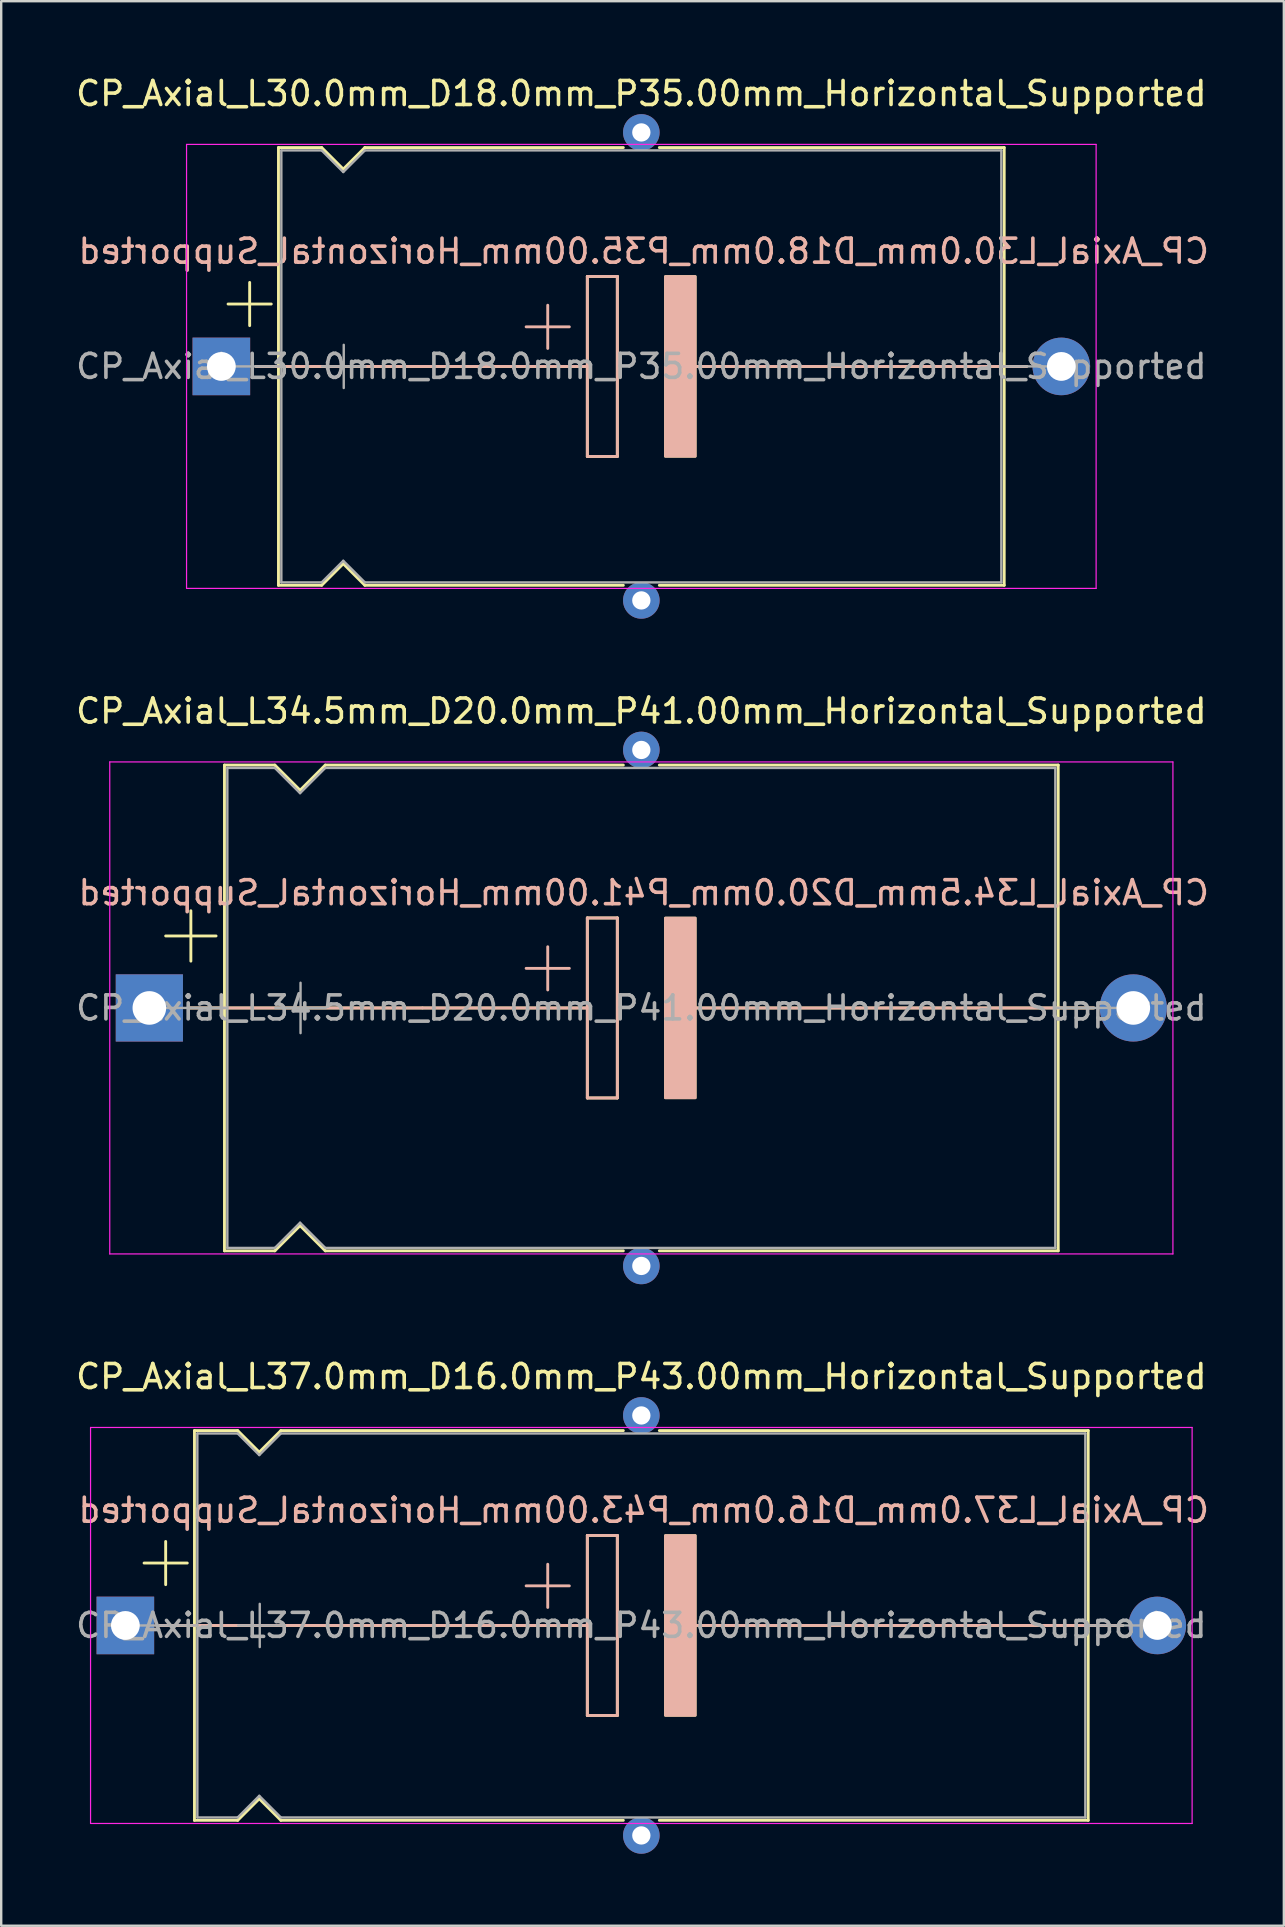
<source format=kicad_pcb>
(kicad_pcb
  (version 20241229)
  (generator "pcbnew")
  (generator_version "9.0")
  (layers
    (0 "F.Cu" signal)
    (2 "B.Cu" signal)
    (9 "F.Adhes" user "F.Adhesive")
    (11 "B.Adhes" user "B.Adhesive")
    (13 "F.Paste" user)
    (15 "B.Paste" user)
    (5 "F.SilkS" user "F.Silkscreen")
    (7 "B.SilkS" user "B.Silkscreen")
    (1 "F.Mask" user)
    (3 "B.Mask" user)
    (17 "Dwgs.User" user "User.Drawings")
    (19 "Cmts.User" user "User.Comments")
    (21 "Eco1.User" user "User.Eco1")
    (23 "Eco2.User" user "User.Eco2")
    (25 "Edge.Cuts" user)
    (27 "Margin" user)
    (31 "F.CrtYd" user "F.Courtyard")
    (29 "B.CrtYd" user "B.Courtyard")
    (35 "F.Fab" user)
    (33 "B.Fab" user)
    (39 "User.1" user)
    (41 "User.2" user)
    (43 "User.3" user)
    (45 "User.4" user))
  (footprint "CP_Axial_L30.0mm_D18.0mm_P35.00mm_Horizontal_Supported"
    (layer "F.Cu")
    (at 6.173 12.218)
    (property "Reference" "CP_Axial_L30.0mm_D18.0mm_P35.00mm_Horizontal_Supported" (at 17.5 -11.37 0) (layer "F.SilkS") (effects (font (size 1 1) (thickness 0.15))))
    (fp_line (start 0.28 -2.6) (end 2.08 -2.6) (stroke (width 0.12) (type solid)) (layer "F.SilkS"))
    (fp_line (start 1.18 -3.5) (end 1.18 -1.7) (stroke (width 0.12) (type solid)) (layer "F.SilkS"))
    (fp_line (start 1.44 0) (end 2.38 0) (stroke (width 0.12) (type solid)) (layer "F.SilkS"))
    (fp_line (start 2.38 -9.12) (end 2.38 9.12) (stroke (width 0.12) (type solid)) (layer "F.SilkS"))
    (fp_line (start 2.38 -9.12) (end 4.18 -9.12) (stroke (width 0.12) (type solid)) (layer "F.SilkS"))
    (fp_line (start 2.38 0) (end 15.25 0) (stroke (width 0.12) (type solid)) (layer "F.SilkS"))
    (fp_line (start 2.38 9.12) (end 4.18 9.12) (stroke (width 0.12) (type solid)) (layer "F.SilkS"))
    (fp_line (start 4.18 -9.12) (end 5.08 -8.22) (stroke (width 0.12) (type solid)) (layer "F.SilkS"))
    (fp_line (start 4.18 9.12) (end 5.08 8.22) (stroke (width 0.12) (type solid)) (layer "F.SilkS"))
    (fp_line (start 5.08 -8.22) (end 5.98 -9.12) (stroke (width 0.12) (type solid)) (layer "F.SilkS"))
    (fp_line (start 5.08 8.22) (end 5.98 9.12) (stroke (width 0.12) (type solid)) (layer "F.SilkS"))
    (fp_line (start 5.98 -9.12) (end 16.75 -9.12) (stroke (width 0.12) (type solid)) (layer "F.SilkS"))
    (fp_line (start 5.98 9.12) (end 16.75 9.12) (stroke (width 0.12) (type solid)) (layer "F.SilkS"))
    (fp_line (start 15.25 -3.75) (end 16.5 -3.75) (stroke (width 0.12) (type solid)) (layer "F.SilkS"))
    (fp_line (start 15.25 0) (end 15.25 -3.75) (stroke (width 0.12) (type solid)) (layer "F.SilkS"))
    (fp_line (start 15.25 3.75) (end 15.25 0) (stroke (width 0.12) (type solid)) (layer "F.SilkS"))
    (fp_line (start 16.5 -3.75) (end 16.5 3.75) (stroke (width 0.12) (type solid)) (layer "F.SilkS"))
    (fp_line (start 16.5 3.75) (end 15.25 3.75) (stroke (width 0.12) (type solid)) (layer "F.SilkS"))
    (fp_line (start 18.25 -9.12) (end 32.62 -9.12) (stroke (width 0.12) (type solid)) (layer "F.SilkS"))
    (fp_line (start 18.25 9.12) (end 32.62 9.12) (stroke (width 0.12) (type solid)) (layer "F.SilkS"))
    (fp_line (start 19.75 0) (end 32.62 0) (stroke (width 0.12) (type solid)) (layer "F.SilkS"))
    (fp_line (start 32.62 -9.12) (end 32.62 9.12) (stroke (width 0.12) (type solid)) (layer "F.SilkS"))
    (fp_line (start 33.56 0) (end 32.62 0) (stroke (width 0.12) (type solid)) (layer "F.SilkS"))
    (fp_poly (pts (xy 19.75 3.75) (xy 18.5 3.75) (xy 18.5 -3.75) (xy 19.75 -3.75)) (stroke (width 0.1) (type solid)) (fill yes) (layer "F.SilkS"))
    (fp_line (start 1.45 0) (end 8.38 0) (stroke (width 0.12) (type solid)) (layer "B.SilkS"))
    (fp_line (start 8.38 0) (end 15.25 0) (stroke (width 0.12) (type solid)) (layer "B.SilkS"))
    (fp_line (start 13.6 -2.55) (end 13.6 -0.75) (stroke (width 0.12) (type solid)) (layer "B.SilkS"))
    (fp_line (start 14.5 -1.65) (end 12.7 -1.65) (stroke (width 0.12) (type solid)) (layer "B.SilkS"))
    (fp_line (start 15.25 -3.75) (end 16.5 -3.75) (stroke (width 0.12) (type solid)) (layer "B.SilkS"))
    (fp_line (start 15.25 0) (end 15.25 -3.75) (stroke (width 0.12) (type solid)) (layer "B.SilkS"))
    (fp_line (start 15.25 3.75) (end 15.25 0) (stroke (width 0.12) (type solid)) (layer "B.SilkS"))
    (fp_line (start 16.5 -3.75) (end 16.5 3.75) (stroke (width 0.12) (type solid)) (layer "B.SilkS"))
    (fp_line (start 16.5 3.75) (end 15.25 3.75) (stroke (width 0.12) (type solid)) (layer "B.SilkS"))
    (fp_line (start 19.75 0) (end 26.62 0) (stroke (width 0.12) (type solid)) (layer "B.SilkS"))
    (fp_line (start 33.55 0) (end 26.62 0) (stroke (width 0.12) (type solid)) (layer "B.SilkS"))
    (fp_poly (pts (xy 19.75 3.75) (xy 18.5 3.75) (xy 18.5 -3.75) (xy 19.75 -3.75)) (stroke (width 0.1) (type solid)) (fill yes) (layer "B.SilkS"))
    (fp_line (start -1.45 -9.25) (end -1.45 9.25) (stroke (width 0.05) (type solid)) (layer "F.CrtYd"))
    (fp_line (start -1.45 9.25) (end 36.45 9.25) (stroke (width 0.05) (type solid)) (layer "F.CrtYd"))
    (fp_line (start 36.45 -9.25) (end -1.45 -9.25) (stroke (width 0.05) (type solid)) (layer "F.CrtYd"))
    (fp_line (start 36.45 9.25) (end 36.45 -9.25) (stroke (width 0.05) (type solid)) (layer "F.CrtYd"))
    (fp_line (start 0 0) (end 2.5 0) (stroke (width 0.1) (type solid)) (layer "F.Fab"))
    (fp_line (start 2.5 -9) (end 2.5 9) (stroke (width 0.1) (type solid)) (layer "F.Fab"))
    (fp_line (start 2.5 -9) (end 4.18 -9) (stroke (width 0.1) (type solid)) (layer "F.Fab"))
    (fp_line (start 2.5 9) (end 4.18 9) (stroke (width 0.1) (type solid)) (layer "F.Fab"))
    (fp_line (start 4.18 -9) (end 5.08 -8.1) (stroke (width 0.1) (type solid)) (layer "F.Fab"))
    (fp_line (start 4.18 9) (end 5.08 8.1) (stroke (width 0.1) (type solid)) (layer "F.Fab"))
    (fp_line (start 4.2 0) (end 6 0) (stroke (width 0.1) (type solid)) (layer "F.Fab"))
    (fp_line (start 5.08 -8.1) (end 5.98 -9) (stroke (width 0.1) (type solid)) (layer "F.Fab"))
    (fp_line (start 5.08 8.1) (end 5.98 9) (stroke (width 0.1) (type solid)) (layer "F.Fab"))
    (fp_line (start 5.1 -0.9) (end 5.1 0.9) (stroke (width 0.1) (type solid)) (layer "F.Fab"))
    (fp_line (start 5.98 -9) (end 32.5 -9) (stroke (width 0.1) (type solid)) (layer "F.Fab"))
    (fp_line (start 5.98 9) (end 32.5 9) (stroke (width 0.1) (type solid)) (layer "F.Fab"))
    (fp_line (start 32.5 -9) (end 32.5 9) (stroke (width 0.1) (type solid)) (layer "F.Fab"))
    (fp_line (start 35 0) (end 32.5 0) (stroke (width 0.1) (type solid)) (layer "F.Fab"))
    (fp_text user "${REFERENCE}" (at 17.6 -4.8 0) (layer "B.SilkS") (effects (font (size 1 1) (thickness 0.15)) (justify mirror)))
    (fp_text user "${REFERENCE}" (at 17.5 0 0) (layer "F.Fab") (effects (font (size 1 1) (thickness 0.15))))
    (pad "" thru_hole circle (at 17.5 -9.75) (size 1.524 1.524) (drill 0.762) (layers "*.Cu" "*.Mask"))
    (pad "" thru_hole circle (at 17.5 9.75) (size 1.524 1.524) (drill 0.762) (layers "*.Cu" "*.Mask"))
    (pad "1" thru_hole rect (at 0 0) (size 2.4 2.4) (drill 1.2) (layers "*.Cu" "*.Mask"))
    (pad "2" thru_hole oval (at 35 0) (size 2.4 2.4) (drill 1.2) (layers "*.Cu" "*.Mask")))
  (footprint "CP_Axial_L37.0mm_D16.0mm_P43.00mm_Horizontal_Supported"
    (layer "F.Cu")
    (at 2.173 64.679)
    (property "Reference" "CP_Axial_L37.0mm_D16.0mm_P43.00mm_Horizontal_Supported" (at 21.5 -10.37 0) (layer "F.SilkS") (effects (font (size 1 1) (thickness 0.15))))
    (fp_line (start 0.78 -2.6) (end 2.58 -2.6) (stroke (width 0.12) (type solid)) (layer "F.SilkS"))
    (fp_line (start 1.44 0) (end 2.88 0) (stroke (width 0.12) (type solid)) (layer "F.SilkS"))
    (fp_line (start 1.68 -3.5) (end 1.68 -1.7) (stroke (width 0.12) (type solid)) (layer "F.SilkS"))
    (fp_line (start 2.88 -8.12) (end 2.88 8.12) (stroke (width 0.12) (type solid)) (layer "F.SilkS"))
    (fp_line (start 2.88 -8.12) (end 4.68 -8.12) (stroke (width 0.12) (type solid)) (layer "F.SilkS"))
    (fp_line (start 2.88 0) (end 19.25 0) (stroke (width 0.12) (type solid)) (layer "F.SilkS"))
    (fp_line (start 2.88 8.12) (end 4.68 8.12) (stroke (width 0.12) (type solid)) (layer "F.SilkS"))
    (fp_line (start 4.68 -8.12) (end 5.58 -7.22) (stroke (width 0.12) (type solid)) (layer "F.SilkS"))
    (fp_line (start 4.68 8.12) (end 5.58 7.22) (stroke (width 0.12) (type solid)) (layer "F.SilkS"))
    (fp_line (start 5.58 -7.22) (end 6.48 -8.12) (stroke (width 0.12) (type solid)) (layer "F.SilkS"))
    (fp_line (start 5.58 7.22) (end 6.48 8.12) (stroke (width 0.12) (type solid)) (layer "F.SilkS"))
    (fp_line (start 6.48 -8.12) (end 20.75 -8.12) (stroke (width 0.12) (type solid)) (layer "F.SilkS"))
    (fp_line (start 6.48 8.12) (end 20.75 8.12) (stroke (width 0.12) (type solid)) (layer "F.SilkS"))
    (fp_line (start 19.25 -3.75) (end 20.5 -3.75) (stroke (width 0.12) (type solid)) (layer "F.SilkS"))
    (fp_line (start 19.25 0) (end 19.25 -3.75) (stroke (width 0.12) (type solid)) (layer "F.SilkS"))
    (fp_line (start 19.25 3.75) (end 19.25 0) (stroke (width 0.12) (type solid)) (layer "F.SilkS"))
    (fp_line (start 20.5 -3.75) (end 20.5 3.75) (stroke (width 0.12) (type solid)) (layer "F.SilkS"))
    (fp_line (start 20.5 3.75) (end 19.25 3.75) (stroke (width 0.12) (type solid)) (layer "F.SilkS"))
    (fp_line (start 22.25 -8.12) (end 40.12 -8.12) (stroke (width 0.12) (type solid)) (layer "F.SilkS"))
    (fp_line (start 22.25 8.12) (end 40.12 8.12) (stroke (width 0.12) (type solid)) (layer "F.SilkS"))
    (fp_line (start 23.75 0) (end 40.12 0) (stroke (width 0.12) (type solid)) (layer "F.SilkS"))
    (fp_line (start 40.12 -8.12) (end 40.12 8.12) (stroke (width 0.12) (type solid)) (layer "F.SilkS"))
    (fp_line (start 41.56 0) (end 40.12 0) (stroke (width 0.12) (type solid)) (layer "F.SilkS"))
    (fp_poly (pts (xy 23.75 3.75) (xy 22.5 3.75) (xy 22.5 -3.75) (xy 23.75 -3.75)) (stroke (width 0.1) (type solid)) (fill yes) (layer "F.SilkS"))
    (fp_line (start 1.45 0) (end 12.38 0) (stroke (width 0.12) (type solid)) (layer "B.SilkS"))
    (fp_line (start 12.38 0) (end 19.25 0) (stroke (width 0.12) (type solid)) (layer "B.SilkS"))
    (fp_line (start 17.6 -2.55) (end 17.6 -0.75) (stroke (width 0.12) (type solid)) (layer "B.SilkS"))
    (fp_line (start 18.5 -1.65) (end 16.7 -1.65) (stroke (width 0.12) (type solid)) (layer "B.SilkS"))
    (fp_line (start 19.25 -3.75) (end 20.5 -3.75) (stroke (width 0.12) (type solid)) (layer "B.SilkS"))
    (fp_line (start 19.25 0) (end 19.25 -3.75) (stroke (width 0.12) (type solid)) (layer "B.SilkS"))
    (fp_line (start 19.25 3.75) (end 19.25 0) (stroke (width 0.12) (type solid)) (layer "B.SilkS"))
    (fp_line (start 20.5 -3.75) (end 20.5 3.75) (stroke (width 0.12) (type solid)) (layer "B.SilkS"))
    (fp_line (start 20.5 3.75) (end 19.25 3.75) (stroke (width 0.12) (type solid)) (layer "B.SilkS"))
    (fp_line (start 23.75 0) (end 30.62 0) (stroke (width 0.12) (type solid)) (layer "B.SilkS"))
    (fp_line (start 41.55 0) (end 30.62 0) (stroke (width 0.12) (type solid)) (layer "B.SilkS"))
    (fp_poly (pts (xy 23.75 3.75) (xy 22.5 3.75) (xy 22.5 -3.75) (xy 23.75 -3.75)) (stroke (width 0.1) (type solid)) (fill yes) (layer "B.SilkS"))
    (fp_line (start -1.45 -8.25) (end -1.45 8.25) (stroke (width 0.05) (type solid)) (layer "F.CrtYd"))
    (fp_line (start -1.45 8.25) (end 44.45 8.25) (stroke (width 0.05) (type solid)) (layer "F.CrtYd"))
    (fp_line (start 44.45 -8.25) (end -1.45 -8.25) (stroke (width 0.05) (type solid)) (layer "F.CrtYd"))
    (fp_line (start 44.45 8.25) (end 44.45 -8.25) (stroke (width 0.05) (type solid)) (layer "F.CrtYd"))
    (fp_line (start 0 0) (end 3 0) (stroke (width 0.1) (type solid)) (layer "F.Fab"))
    (fp_line (start 3 -8) (end 3 8) (stroke (width 0.1) (type solid)) (layer "F.Fab"))
    (fp_line (start 3 -8) (end 4.68 -8) (stroke (width 0.1) (type solid)) (layer "F.Fab"))
    (fp_line (start 3 8) (end 4.68 8) (stroke (width 0.1) (type solid)) (layer "F.Fab"))
    (fp_line (start 4.68 -8) (end 5.58 -7.1) (stroke (width 0.1) (type solid)) (layer "F.Fab"))
    (fp_line (start 4.68 8) (end 5.58 7.1) (stroke (width 0.1) (type solid)) (layer "F.Fab"))
    (fp_line (start 4.7 0) (end 6.5 0) (stroke (width 0.1) (type solid)) (layer "F.Fab"))
    (fp_line (start 5.58 -7.1) (end 6.48 -8) (stroke (width 0.1) (type solid)) (layer "F.Fab"))
    (fp_line (start 5.58 7.1) (end 6.48 8) (stroke (width 0.1) (type solid)) (layer "F.Fab"))
    (fp_line (start 5.6 -0.9) (end 5.6 0.9) (stroke (width 0.1) (type solid)) (layer "F.Fab"))
    (fp_line (start 6.48 -8) (end 40 -8) (stroke (width 0.1) (type solid)) (layer "F.Fab"))
    (fp_line (start 6.48 8) (end 40 8) (stroke (width 0.1) (type solid)) (layer "F.Fab"))
    (fp_line (start 40 -8) (end 40 8) (stroke (width 0.1) (type solid)) (layer "F.Fab"))
    (fp_line (start 43 0) (end 40 0) (stroke (width 0.1) (type solid)) (layer "F.Fab"))
    (fp_text user "${REFERENCE}" (at 21.6 -4.8 0) (layer "B.SilkS") (effects (font (size 1 1) (thickness 0.15)) (justify mirror)))
    (fp_text user "${REFERENCE}" (at 21.5 0 0) (layer "F.Fab") (effects (font (size 1 1) (thickness 0.15))))
    (pad "" thru_hole circle (at 21.5 -8.75) (size 1.524 1.524) (drill 0.762) (layers "*.Cu" "*.Mask"))
    (pad "" thru_hole circle (at 21.5 8.75) (size 1.524 1.524) (drill 0.762) (layers "*.Cu" "*.Mask"))
    (pad "1" thru_hole rect (at 0 0) (size 2.4 2.4) (drill 1.2) (layers "*.Cu" "*.Mask"))
    (pad "2" thru_hole oval (at 43 0) (size 2.4 2.4) (drill 1.2) (layers "*.Cu" "*.Mask")))
  (footprint "CP_Axial_L34.5mm_D20.0mm_P41.00mm_Horizontal_Supported"
    (layer "F.Cu")
    (at 3.173 38.949)
    (property "Reference" "CP_Axial_L34.5mm_D20.0mm_P41.00mm_Horizontal_Supported" (at 20.5 -12.37 0) (layer "F.SilkS") (effects (font (size 1 1) (thickness 0.15))))
    (fp_line (start 0.68 -3) (end 2.78 -3) (stroke (width 0.12) (type solid)) (layer "F.SilkS"))
    (fp_line (start 1.64 0) (end 3.13 0) (stroke (width 0.12) (type solid)) (layer "F.SilkS"))
    (fp_line (start 1.73 -4.05) (end 1.73 -1.95) (stroke (width 0.12) (type solid)) (layer "F.SilkS"))
    (fp_line (start 3.13 -10.12) (end 3.13 10.12) (stroke (width 0.12) (type solid)) (layer "F.SilkS"))
    (fp_line (start 3.13 -10.12) (end 5.23 -10.12) (stroke (width 0.12) (type solid)) (layer "F.SilkS"))
    (fp_line (start 3.13 0) (end 18.25 0) (stroke (width 0.12) (type solid)) (layer "F.SilkS"))
    (fp_line (start 3.13 10.12) (end 5.23 10.12) (stroke (width 0.12) (type solid)) (layer "F.SilkS"))
    (fp_line (start 5.23 -10.12) (end 6.28 -9.07) (stroke (width 0.12) (type solid)) (layer "F.SilkS"))
    (fp_line (start 5.23 10.12) (end 6.28 9.07) (stroke (width 0.12) (type solid)) (layer "F.SilkS"))
    (fp_line (start 6.28 -9.07) (end 7.33 -10.12) (stroke (width 0.12) (type solid)) (layer "F.SilkS"))
    (fp_line (start 6.28 9.07) (end 7.33 10.12) (stroke (width 0.12) (type solid)) (layer "F.SilkS"))
    (fp_line (start 7.33 -10.12) (end 19.75 -10.12) (stroke (width 0.12) (type solid)) (layer "F.SilkS"))
    (fp_line (start 7.33 10.12) (end 19.75 10.12) (stroke (width 0.12) (type solid)) (layer "F.SilkS"))
    (fp_line (start 18.25 -3.75) (end 19.5 -3.75) (stroke (width 0.12) (type solid)) (layer "F.SilkS"))
    (fp_line (start 18.25 0) (end 18.25 -3.75) (stroke (width 0.12) (type solid)) (layer "F.SilkS"))
    (fp_line (start 18.25 3.75) (end 18.25 0) (stroke (width 0.12) (type solid)) (layer "F.SilkS"))
    (fp_line (start 19.5 -3.75) (end 19.5 3.75) (stroke (width 0.12) (type solid)) (layer "F.SilkS"))
    (fp_line (start 19.5 3.75) (end 18.25 3.75) (stroke (width 0.12) (type solid)) (layer "F.SilkS"))
    (fp_line (start 21.25 -10.12) (end 37.87 -10.12) (stroke (width 0.12) (type solid)) (layer "F.SilkS"))
    (fp_line (start 21.25 10.12) (end 37.87 10.12) (stroke (width 0.12) (type solid)) (layer "F.SilkS"))
    (fp_line (start 22.75 0) (end 37.87 0) (stroke (width 0.12) (type solid)) (layer "F.SilkS"))
    (fp_line (start 37.87 -10.12) (end 37.87 10.12) (stroke (width 0.12) (type solid)) (layer "F.SilkS"))
    (fp_line (start 39.36 0) (end 37.87 0) (stroke (width 0.12) (type solid)) (layer "F.SilkS"))
    (fp_poly (pts (xy 22.75 3.75) (xy 21.5 3.75) (xy 21.5 -3.75) (xy 22.75 -3.75)) (stroke (width 0.1) (type solid)) (fill yes) (layer "F.SilkS"))
    (fp_line (start 1.65 0) (end 11.38 0) (stroke (width 0.12) (type solid)) (layer "B.SilkS"))
    (fp_line (start 11.38 0) (end 18.25 0) (stroke (width 0.12) (type solid)) (layer "B.SilkS"))
    (fp_line (start 16.6 -2.55) (end 16.6 -0.75) (stroke (width 0.12) (type solid)) (layer "B.SilkS"))
    (fp_line (start 17.5 -1.65) (end 15.7 -1.65) (stroke (width 0.12) (type solid)) (layer "B.SilkS"))
    (fp_line (start 18.25 -3.75) (end 19.5 -3.75) (stroke (width 0.12) (type solid)) (layer "B.SilkS"))
    (fp_line (start 18.25 0) (end 18.25 -3.75) (stroke (width 0.12) (type solid)) (layer "B.SilkS"))
    (fp_line (start 18.25 3.75) (end 18.25 0) (stroke (width 0.12) (type solid)) (layer "B.SilkS"))
    (fp_line (start 19.5 -3.75) (end 19.5 3.75) (stroke (width 0.12) (type solid)) (layer "B.SilkS"))
    (fp_line (start 19.5 3.75) (end 18.25 3.75) (stroke (width 0.12) (type solid)) (layer "B.SilkS"))
    (fp_line (start 22.75 0) (end 29.62 0) (stroke (width 0.12) (type solid)) (layer "B.SilkS"))
    (fp_line (start 39.35 0) (end 29.62 0) (stroke (width 0.12) (type solid)) (layer "B.SilkS"))
    (fp_poly (pts (xy 22.75 3.75) (xy 21.5 3.75) (xy 21.5 -3.75) (xy 22.75 -3.75)) (stroke (width 0.1) (type solid)) (fill yes) (layer "B.SilkS"))
    (fp_line (start -1.65 -10.25) (end -1.65 10.25) (stroke (width 0.05) (type solid)) (layer "F.CrtYd"))
    (fp_line (start -1.65 10.25) (end 42.65 10.25) (stroke (width 0.05) (type solid)) (layer "F.CrtYd"))
    (fp_line (start 42.65 -10.25) (end -1.65 -10.25) (stroke (width 0.05) (type solid)) (layer "F.CrtYd"))
    (fp_line (start 42.65 10.25) (end 42.65 -10.25) (stroke (width 0.05) (type solid)) (layer "F.CrtYd"))
    (fp_line (start 0 0) (end 3.25 0) (stroke (width 0.1) (type solid)) (layer "F.Fab"))
    (fp_line (start 3.25 -10) (end 3.25 10) (stroke (width 0.1) (type solid)) (layer "F.Fab"))
    (fp_line (start 3.25 -10) (end 5.23 -10) (stroke (width 0.1) (type solid)) (layer "F.Fab"))
    (fp_line (start 3.25 10) (end 5.23 10) (stroke (width 0.1) (type solid)) (layer "F.Fab"))
    (fp_line (start 5.23 -10) (end 6.28 -8.95) (stroke (width 0.1) (type solid)) (layer "F.Fab"))
    (fp_line (start 5.23 10) (end 6.28 8.95) (stroke (width 0.1) (type solid)) (layer "F.Fab"))
    (fp_line (start 5.25 0) (end 7.35 0) (stroke (width 0.1) (type solid)) (layer "F.Fab"))
    (fp_line (start 6.28 -8.95) (end 7.33 -10) (stroke (width 0.1) (type solid)) (layer "F.Fab"))
    (fp_line (start 6.28 8.95) (end 7.33 10) (stroke (width 0.1) (type solid)) (layer "F.Fab"))
    (fp_line (start 6.3 -1.05) (end 6.3 1.05) (stroke (width 0.1) (type solid)) (layer "F.Fab"))
    (fp_line (start 7.33 -10) (end 37.75 -10) (stroke (width 0.1) (type solid)) (layer "F.Fab"))
    (fp_line (start 7.33 10) (end 37.75 10) (stroke (width 0.1) (type solid)) (layer "F.Fab"))
    (fp_line (start 37.75 -10) (end 37.75 10) (stroke (width 0.1) (type solid)) (layer "F.Fab"))
    (fp_line (start 41 0) (end 37.75 0) (stroke (width 0.1) (type solid)) (layer "F.Fab"))
    (fp_text user "${REFERENCE}" (at 20.6 -4.8 0) (layer "B.SilkS") (effects (font (size 1 1) (thickness 0.15)) (justify mirror)))
    (fp_text user "${REFERENCE}" (at 20.5 0 0) (layer "F.Fab") (effects (font (size 1 1) (thickness 0.15))))
    (pad "" thru_hole circle (at 20.5 -10.75) (size 1.524 1.524) (drill 0.762) (layers "*.Cu" "*.Mask"))
    (pad "" thru_hole circle (at 20.5 10.75) (size 1.524 1.524) (drill 0.762) (layers "*.Cu" "*.Mask"))
    (pad "1" thru_hole rect (at 0 0) (size 2.8 2.8) (drill 1.4) (layers "*.Cu" "*.Mask"))
    (pad "2" thru_hole oval (at 41 0) (size 2.8 2.8) (drill 1.4) (layers "*.Cu" "*.Mask")))
  (gr_rect
    (start -3 -3)
    (end 50.445 77.191)
    (stroke (width 0.1) (type default))
    (fill no)
    (layer "Edge.Cuts")))
</source>
